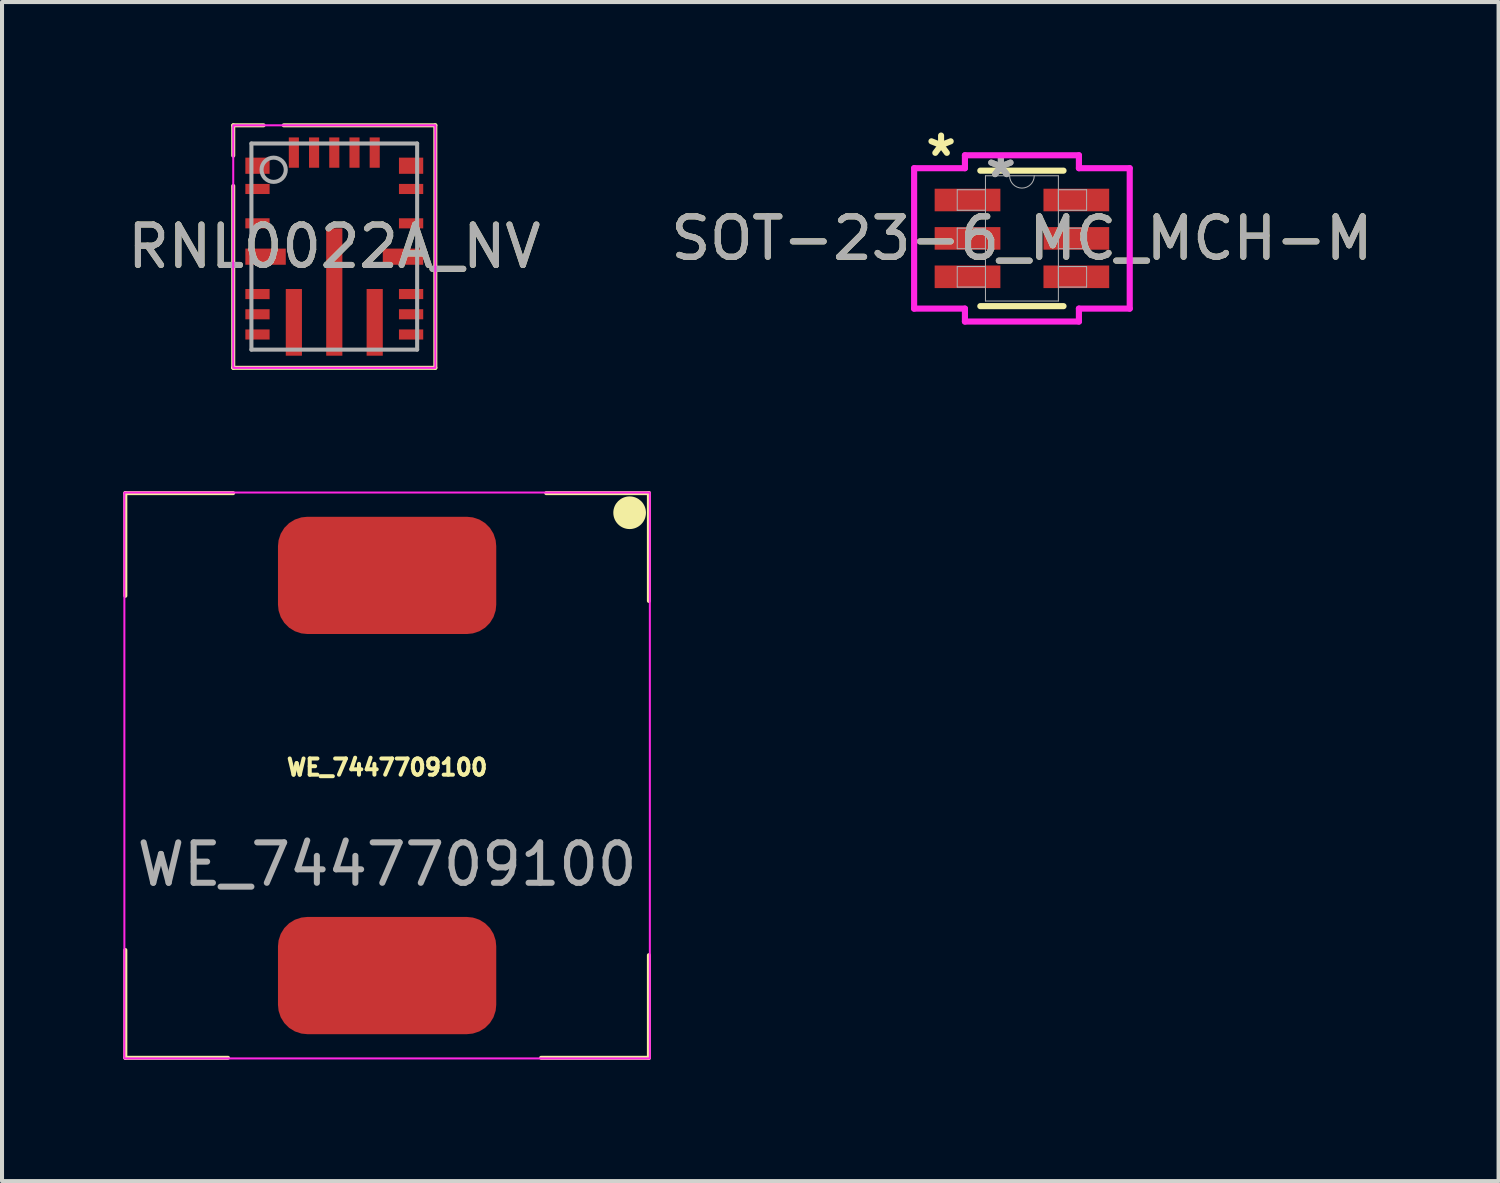
<source format=kicad_pcb>
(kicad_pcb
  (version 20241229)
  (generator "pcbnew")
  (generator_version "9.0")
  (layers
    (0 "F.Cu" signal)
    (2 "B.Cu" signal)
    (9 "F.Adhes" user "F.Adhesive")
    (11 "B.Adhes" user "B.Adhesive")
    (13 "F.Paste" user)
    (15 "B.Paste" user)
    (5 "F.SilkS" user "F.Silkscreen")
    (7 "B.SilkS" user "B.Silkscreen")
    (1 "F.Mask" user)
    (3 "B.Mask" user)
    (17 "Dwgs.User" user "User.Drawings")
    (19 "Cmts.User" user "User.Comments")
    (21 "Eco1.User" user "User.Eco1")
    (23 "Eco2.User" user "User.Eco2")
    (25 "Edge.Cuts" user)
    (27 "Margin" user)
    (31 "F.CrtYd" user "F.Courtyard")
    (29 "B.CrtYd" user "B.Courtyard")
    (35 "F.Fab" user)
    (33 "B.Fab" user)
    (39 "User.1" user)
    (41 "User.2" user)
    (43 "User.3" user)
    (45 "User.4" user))
  (footprint "WE_7447709100"
    (layer "F.Cu")
    (at 6.527 16.135)
    (property "Reference" "WE_7447709100" (at 0 -0.2 0) (unlocked yes) (layer "F.SilkS") (effects (font (size 0.4 0.4) (thickness 0.1))))
    (attr smd)
    (fp_line (start -6.477 -6.985) (end -6.477 -4.445) (stroke (width 0.1) (type default)) (layer "F.SilkS"))
    (fp_line (start -6.477 4.318) (end -6.477 6.985) (stroke (width 0.1) (type default)) (layer "F.SilkS"))
    (fp_line (start -6.477 6.985) (end -3.937 6.985) (stroke (width 0.1) (type default)) (layer "F.SilkS"))
    (fp_line (start -3.81 -6.985) (end -6.477 -6.985) (stroke (width 0.1) (type default)) (layer "F.SilkS"))
    (fp_line (start 3.81 6.985) (end 6.477 6.985) (stroke (width 0.1) (type default)) (layer "F.SilkS"))
    (fp_line (start 6.477 -6.985) (end 3.937 -6.985) (stroke (width 0.1) (type default)) (layer "F.SilkS"))
    (fp_line (start 6.477 -4.318) (end 6.477 -6.985) (stroke (width 0.1) (type default)) (layer "F.SilkS"))
    (fp_line (start 6.477 6.985) (end 6.477 4.445) (stroke (width 0.1) (type default)) (layer "F.SilkS"))
    (fp_circle (center 6 -6.5) (end 6.354 -6.5) (stroke (width 0.1) (type solid)) (fill yes) (layer "F.SilkS"))
    (fp_rect (start -6.5 -7) (end 6.5 7) (stroke (width 0.05) (type default)) (fill no) (layer "F.CrtYd"))
    (fp_text user "${REFERENCE}" (at 0 2.2 0) (unlocked yes) (layer "F.Fab") (effects (font (size 1 1) (thickness 0.15))))
    (pad "1" smd roundrect (at 0 -4.95) (size 5.4 2.9) (layers "F.Cu" "F.Mask" "F.Paste") (roundrect_rratio 0.25))
    (pad "2" smd roundrect (at 0 4.95) (size 5.4 2.9) (layers "F.Cu" "F.Mask" "F.Paste") (roundrect_rratio 0.25)))
  (footprint "SOT-23-6_MC_MCH-M"
    (layer "F.Cu")
    (at 22.232 2.848)
    (property "Reference" "SOT-23-6_MC_MCH-M" (at 0 0 0) (unlocked yes) (layer "F.SilkS") (effects (font (size 1 1) (thickness 0.15))))
    (attr smd)
    (fp_line (start -1.029 1.676) (end 1.029 1.676) (stroke (width 0.152) (type solid)) (layer "F.SilkS"))
    (fp_line (start 1.029 -1.676) (end -1.029 -1.676) (stroke (width 0.152) (type solid)) (layer "F.SilkS"))
    (fp_line (start -2.667 -1.737) (end -1.41 -1.737) (stroke (width 0.152) (type solid)) (layer "F.CrtYd"))
    (fp_line (start -2.667 1.737) (end -2.667 -1.737) (stroke (width 0.152) (type solid)) (layer "F.CrtYd"))
    (fp_line (start -2.667 1.737) (end -1.41 1.737) (stroke (width 0.152) (type solid)) (layer "F.CrtYd"))
    (fp_line (start -1.41 -2.057) (end 1.41 -2.057) (stroke (width 0.152) (type solid)) (layer "F.CrtYd"))
    (fp_line (start -1.41 -1.737) (end -1.41 -2.057) (stroke (width 0.152) (type solid)) (layer "F.CrtYd"))
    (fp_line (start -1.41 2.057) (end -1.41 1.737) (stroke (width 0.152) (type solid)) (layer "F.CrtYd"))
    (fp_line (start 1.41 -2.057) (end 1.41 -1.737) (stroke (width 0.152) (type solid)) (layer "F.CrtYd"))
    (fp_line (start 1.41 1.737) (end 1.41 2.057) (stroke (width 0.152) (type solid)) (layer "F.CrtYd"))
    (fp_line (start 1.41 2.057) (end -1.41 2.057) (stroke (width 0.152) (type solid)) (layer "F.CrtYd"))
    (fp_line (start 2.667 -1.737) (end 1.41 -1.737) (stroke (width 0.152) (type solid)) (layer "F.CrtYd"))
    (fp_line (start 2.667 -1.737) (end 2.667 1.737) (stroke (width 0.152) (type solid)) (layer "F.CrtYd"))
    (fp_line (start 2.667 1.737) (end 1.41 1.737) (stroke (width 0.152) (type solid)) (layer "F.CrtYd"))
    (fp_line (start -1.6 -1.204) (end -1.6 -0.696) (stroke (width 0.025) (type solid)) (layer "F.Fab"))
    (fp_line (start -1.6 -0.696) (end -0.902 -0.696) (stroke (width 0.025) (type solid)) (layer "F.Fab"))
    (fp_line (start -1.6 -0.254) (end -1.6 0.254) (stroke (width 0.025) (type solid)) (layer "F.Fab"))
    (fp_line (start -1.6 0.254) (end -0.902 0.254) (stroke (width 0.025) (type solid)) (layer "F.Fab"))
    (fp_line (start -1.6 0.696) (end -1.6 1.204) (stroke (width 0.025) (type solid)) (layer "F.Fab"))
    (fp_line (start -1.6 1.204) (end -0.902 1.204) (stroke (width 0.025) (type solid)) (layer "F.Fab"))
    (fp_line (start -0.902 -1.549) (end -0.902 1.549) (stroke (width 0.025) (type solid)) (layer "F.Fab"))
    (fp_line (start -0.902 -1.204) (end -1.6 -1.204) (stroke (width 0.025) (type solid)) (layer "F.Fab"))
    (fp_line (start -0.902 -0.696) (end -0.902 -1.204) (stroke (width 0.025) (type solid)) (layer "F.Fab"))
    (fp_line (start -0.902 -0.254) (end -1.6 -0.254) (stroke (width 0.025) (type solid)) (layer "F.Fab"))
    (fp_line (start -0.902 0.254) (end -0.902 -0.254) (stroke (width 0.025) (type solid)) (layer "F.Fab"))
    (fp_line (start -0.902 0.696) (end -1.6 0.696) (stroke (width 0.025) (type solid)) (layer "F.Fab"))
    (fp_line (start -0.902 1.204) (end -0.902 0.696) (stroke (width 0.025) (type solid)) (layer "F.Fab"))
    (fp_line (start -0.902 1.549) (end 0.902 1.549) (stroke (width 0.025) (type solid)) (layer "F.Fab"))
    (fp_line (start 0.902 -1.549) (end -0.902 -1.549) (stroke (width 0.025) (type solid)) (layer "F.Fab"))
    (fp_line (start 0.902 -1.204) (end 0.902 -0.696) (stroke (width 0.025) (type solid)) (layer "F.Fab"))
    (fp_line (start 0.902 -0.696) (end 1.6 -0.696) (stroke (width 0.025) (type solid)) (layer "F.Fab"))
    (fp_line (start 0.902 -0.254) (end 0.902 0.254) (stroke (width 0.025) (type solid)) (layer "F.Fab"))
    (fp_line (start 0.902 0.254) (end 1.6 0.254) (stroke (width 0.025) (type solid)) (layer "F.Fab"))
    (fp_line (start 0.902 0.696) (end 0.902 1.204) (stroke (width 0.025) (type solid)) (layer "F.Fab"))
    (fp_line (start 0.902 1.204) (end 1.6 1.204) (stroke (width 0.025) (type solid)) (layer "F.Fab"))
    (fp_line (start 0.902 1.549) (end 0.902 -1.549) (stroke (width 0.025) (type solid)) (layer "F.Fab"))
    (fp_line (start 1.6 -1.204) (end 0.902 -1.204) (stroke (width 0.025) (type solid)) (layer "F.Fab"))
    (fp_line (start 1.6 -0.696) (end 1.6 -1.204) (stroke (width 0.025) (type solid)) (layer "F.Fab"))
    (fp_line (start 1.6 -0.254) (end 0.902 -0.254) (stroke (width 0.025) (type solid)) (layer "F.Fab"))
    (fp_line (start 1.6 0.254) (end 1.6 -0.254) (stroke (width 0.025) (type solid)) (layer "F.Fab"))
    (fp_line (start 1.6 0.696) (end 0.902 0.696) (stroke (width 0.025) (type solid)) (layer "F.Fab"))
    (fp_line (start 1.6 1.204) (end 1.6 0.696) (stroke (width 0.025) (type solid)) (layer "F.Fab"))
    (fp_arc (start 0.3048 -1.5494) (mid 0 -1.2446) (end -0.3048 -1.5494) (stroke (width 0.0254) (type solid)) (layer "F.Fab"))
    (fp_text user "*" (at -2 -2 0) (unlocked yes) (layer "F.SilkS") (effects (font (size 1 1) (thickness 0.15))))
    (fp_text user "*" (at -0.521 -1.473 0) (unlocked yes) (layer "F.Fab") (effects (font (size 1 1) (thickness 0.15))))
    (fp_text user "${REFERENCE}" (at 0 0 0) (unlocked yes) (layer "F.Fab") (effects (font (size 1 1) (thickness 0.15))))
    (fp_text user "*" (at -0.521 -1.473 0) (layer "F.Fab") (effects (font (size 1 1) (thickness 0.15))))
    (pad "1" smd rect (at -1.346 -0.95) (size 1.626 0.559) (layers "F.Cu" "F.Mask" "F.Paste"))
    (pad "2" smd rect (at -1.346 0) (size 1.626 0.559) (layers "F.Cu" "F.Mask" "F.Paste"))
    (pad "3" smd rect (at -1.346 0.95) (size 1.626 0.559) (layers "F.Cu" "F.Mask" "F.Paste"))
    (pad "4" smd rect (at 1.346 0.95) (size 1.626 0.559) (layers "F.Cu" "F.Mask" "F.Paste"))
    (pad "5" smd rect (at 1.346 0) (size 1.626 0.559) (layers "F.Cu" "F.Mask" "F.Paste"))
    (pad "6" smd rect (at 1.346 -0.95) (size 1.626 0.559) (layers "F.Cu" "F.Mask" "F.Paste")))
  (footprint "RNL0022A_NV"
    (layer "F.Cu")
    (at 5.22 3.05)
    (property "Reference" "RNL0022A_NV" (at 0 0 0) (unlocked yes) (layer "F.SilkS") (effects (font (size 1 1) (thickness 0.15))))
    (attr smd)
    (fp_line (start -2.5 -3) (end -1.75 -3) (stroke (width 0.1) (type default)) (layer "F.SilkS"))
    (fp_line (start -2.5 -2.25) (end -2.5 -3) (stroke (width 0.1) (type default)) (layer "F.SilkS"))
    (fp_line (start -2.5 3) (end -2.5 -1.5) (stroke (width 0.1) (type default)) (layer "F.SilkS"))
    (fp_line (start -1.25 -3) (end 2.5 -3) (stroke (width 0.1) (type default)) (layer "F.SilkS"))
    (fp_line (start 2.5 -3) (end 2.5 3) (stroke (width 0.1) (type default)) (layer "F.SilkS"))
    (fp_line (start 2.5 3) (end -2.5 3) (stroke (width 0.1) (type default)) (layer "F.SilkS"))
    (fp_poly (pts (xy -1.8 0.1) (xy -1.8 0.4) (xy -1.801 0.41) (xy -1.804 0.419) (xy -1.808 0.428) (xy -1.815 0.435) (xy -1.822 0.442) (xy -1.831 0.446) (xy -1.84 0.449) (xy -1.85 0.45) (xy -2.15 0.45) (xy -2.16 0.449) (xy -2.169 0.446) (xy -2.178 0.442) (xy -2.185 0.435) (xy -2.192 0.428) (xy -2.196 0.419) (xy -2.199 0.41) (xy -2.2 0.4) (xy -2.2 0.1) (xy -2.199 0.09) (xy -2.196 0.081) (xy -2.192 0.072) (xy -2.185 0.065) (xy -2.178 0.058) (xy -2.169 0.054) (xy -2.16 0.051) (xy -2.15 0.05) (xy -1.85 0.05) (xy -1.84 0.051) (xy -1.831 0.054) (xy -1.822 0.058) (xy -1.815 0.065) (xy -1.808 0.072) (xy -1.804 0.081) (xy -1.801 0.09)) (stroke (width 0) (type solid)) (fill yes) (layer "F.Paste"))
    (fp_poly (pts (xy -1.6 0.4) (xy -1.6 0.1) (xy -1.599 0.09) (xy -1.596 0.081) (xy -1.592 0.072) (xy -1.585 0.065) (xy -1.578 0.058) (xy -1.569 0.054) (xy -1.56 0.051) (xy -1.55 0.05) (xy -1.25 0.05) (xy -1.24 0.051) (xy -1.231 0.054) (xy -1.222 0.058) (xy -1.215 0.065) (xy -1.208 0.072) (xy -1.204 0.081) (xy -1.201 0.09) (xy -1.2 0.1) (xy -1.2 0.4) (xy -1.201 0.41) (xy -1.204 0.419) (xy -1.208 0.428) (xy -1.215 0.435) (xy -1.222 0.442) (xy -1.231 0.446) (xy -1.24 0.449) (xy -1.25 0.45) (xy -1.55 0.45) (xy -1.56 0.449) (xy -1.569 0.446) (xy -1.578 0.442) (xy -1.585 0.435) (xy -1.592 0.428) (xy -1.596 0.419) (xy -1.599 0.41)) (stroke (width 0) (type solid)) (fill yes) (layer "F.Paste"))
    (fp_poly (pts (xy -1.2 1.725) (xy -1.2 1.165) (xy -1.199 1.155) (xy -1.196 1.146) (xy -1.192 1.137) (xy -1.185 1.13) (xy -1.178 1.123) (xy -1.169 1.119) (xy -1.16 1.116) (xy -1.15 1.115) (xy -0.85 1.115) (xy -0.84 1.116) (xy -0.831 1.119) (xy -0.822 1.123) (xy -0.815 1.13) (xy -0.808 1.137) (xy -0.804 1.146) (xy -0.801 1.155) (xy -0.8 1.165) (xy -0.8 1.725) (xy -0.801 1.735) (xy -0.804 1.744) (xy -0.808 1.753) (xy -0.815 1.76) (xy -0.822 1.767) (xy -0.831 1.771) (xy -0.84 1.774) (xy -0.85 1.775) (xy -1.15 1.775) (xy -1.16 1.774) (xy -1.169 1.771) (xy -1.178 1.767) (xy -1.185 1.76) (xy -1.192 1.753) (xy -1.196 1.744) (xy -1.199 1.735)) (stroke (width 0) (type solid)) (fill yes) (layer "F.Paste"))
    (fp_poly (pts (xy -1.2 2.585) (xy -1.2 2.025) (xy -1.199 2.015) (xy -1.196 2.006) (xy -1.192 1.997) (xy -1.185 1.99) (xy -1.178 1.983) (xy -1.169 1.979) (xy -1.16 1.976) (xy -1.15 1.975) (xy -0.85 1.975) (xy -0.84 1.976) (xy -0.831 1.979) (xy -0.822 1.983) (xy -0.815 1.99) (xy -0.808 1.997) (xy -0.804 2.006) (xy -0.801 2.015) (xy -0.8 2.025) (xy -0.8 2.585) (xy -0.801 2.595) (xy -0.804 2.604) (xy -0.808 2.613) (xy -0.815 2.62) (xy -0.822 2.627) (xy -0.831 2.631) (xy -0.84 2.634) (xy -0.85 2.635) (xy -1.15 2.635) (xy -1.16 2.634) (xy -1.169 2.631) (xy -1.178 2.627) (xy -1.185 2.62) (xy -1.192 2.613) (xy -1.196 2.604) (xy -1.199 2.595)) (stroke (width 0) (type solid)) (fill yes) (layer "F.Paste"))
    (fp_poly (pts (xy -0.2 0.145) (xy -0.2 -0.385) (xy -0.199 -0.395) (xy -0.196 -0.404) (xy -0.192 -0.413) (xy -0.185 -0.42) (xy -0.178 -0.427) (xy -0.169 -0.431) (xy -0.16 -0.434) (xy -0.15 -0.435) (xy 0.15 -0.435) (xy 0.16 -0.434) (xy 0.169 -0.431) (xy 0.178 -0.427) (xy 0.185 -0.42) (xy 0.192 -0.413) (xy 0.196 -0.404) (xy 0.199 -0.395) (xy 0.2 -0.385) (xy 0.2 0.145) (xy 0.199 0.155) (xy 0.196 0.164) (xy 0.192 0.173) (xy 0.185 0.18) (xy 0.178 0.187) (xy 0.169 0.191) (xy 0.16 0.194) (xy 0.15 0.195) (xy -0.15 0.195) (xy -0.16 0.194) (xy -0.169 0.191) (xy -0.178 0.187) (xy -0.185 0.18) (xy -0.192 0.173) (xy -0.196 0.164) (xy -0.199 0.155)) (stroke (width 0) (type solid)) (fill yes) (layer "F.Paste"))
    (fp_poly (pts (xy -0.2 0.975) (xy -0.2 0.445) (xy -0.199 0.435) (xy -0.196 0.426) (xy -0.192 0.417) (xy -0.185 0.41) (xy -0.178 0.403) (xy -0.169 0.399) (xy -0.16 0.396) (xy -0.15 0.395) (xy 0.15 0.395) (xy 0.16 0.396) (xy 0.169 0.399) (xy 0.178 0.403) (xy 0.185 0.41) (xy 0.192 0.417) (xy 0.196 0.426) (xy 0.199 0.435) (xy 0.2 0.445) (xy 0.2 0.975) (xy 0.199 0.985) (xy 0.196 0.994) (xy 0.192 1.003) (xy 0.185 1.01) (xy 0.178 1.017) (xy 0.169 1.021) (xy 0.16 1.024) (xy 0.15 1.025) (xy -0.15 1.025) (xy -0.16 1.024) (xy -0.169 1.021) (xy -0.178 1.017) (xy -0.185 1.01) (xy -0.192 1.003) (xy -0.196 0.994) (xy -0.199 0.985)) (stroke (width 0) (type solid)) (fill yes) (layer "F.Paste"))
    (fp_poly (pts (xy -0.2 1.805) (xy -0.2 1.275) (xy -0.199 1.265) (xy -0.196 1.256) (xy -0.192 1.247) (xy -0.185 1.24) (xy -0.178 1.233) (xy -0.169 1.229) (xy -0.16 1.226) (xy -0.15 1.225) (xy 0.15 1.225) (xy 0.16 1.226) (xy 0.169 1.229) (xy 0.178 1.233) (xy 0.185 1.24) (xy 0.192 1.247) (xy 0.196 1.256) (xy 0.199 1.265) (xy 0.2 1.275) (xy 0.2 1.805) (xy 0.199 1.815) (xy 0.196 1.824) (xy 0.192 1.833) (xy 0.185 1.84) (xy 0.178 1.847) (xy 0.169 1.851) (xy 0.16 1.854) (xy 0.15 1.855) (xy -0.15 1.855) (xy -0.16 1.854) (xy -0.169 1.851) (xy -0.178 1.847) (xy -0.185 1.84) (xy -0.192 1.833) (xy -0.196 1.824) (xy -0.199 1.815)) (stroke (width 0) (type solid)) (fill yes) (layer "F.Paste"))
    (fp_poly (pts (xy -0.2 2.635) (xy -0.2 2.105) (xy -0.199 2.095) (xy -0.196 2.086) (xy -0.192 2.077) (xy -0.185 2.07) (xy -0.178 2.063) (xy -0.169 2.059) (xy -0.16 2.056) (xy -0.15 2.055) (xy 0.15 2.055) (xy 0.16 2.056) (xy 0.169 2.059) (xy 0.178 2.063) (xy 0.185 2.07) (xy 0.192 2.077) (xy 0.196 2.086) (xy 0.199 2.095) (xy 0.2 2.105) (xy 0.2 2.635) (xy 0.199 2.645) (xy 0.196 2.654) (xy 0.192 2.663) (xy 0.185 2.67) (xy 0.178 2.677) (xy 0.169 2.681) (xy 0.16 2.684) (xy 0.15 2.685) (xy -0.15 2.685) (xy -0.16 2.684) (xy -0.169 2.681) (xy -0.178 2.677) (xy -0.185 2.67) (xy -0.192 2.663) (xy -0.196 2.654) (xy -0.199 2.645)) (stroke (width 0) (type solid)) (fill yes) (layer "F.Paste"))
    (fp_poly (pts (xy 1.2 1.165) (xy 1.2 1.725) (xy 1.199 1.735) (xy 1.196 1.744) (xy 1.192 1.753) (xy 1.185 1.76) (xy 1.178 1.767) (xy 1.169 1.771) (xy 1.16 1.774) (xy 1.15 1.775) (xy 0.85 1.775) (xy 0.84 1.774) (xy 0.831 1.771) (xy 0.822 1.767) (xy 0.815 1.76) (xy 0.808 1.753) (xy 0.804 1.744) (xy 0.801 1.735) (xy 0.8 1.725) (xy 0.8 1.165) (xy 0.801 1.155) (xy 0.804 1.146) (xy 0.808 1.137) (xy 0.815 1.13) (xy 0.822 1.123) (xy 0.831 1.119) (xy 0.84 1.116) (xy 0.85 1.115) (xy 1.15 1.115) (xy 1.16 1.116) (xy 1.169 1.119) (xy 1.178 1.123) (xy 1.185 1.13) (xy 1.192 1.137) (xy 1.196 1.146) (xy 1.199 1.155)) (stroke (width 0) (type solid)) (fill yes) (layer "F.Paste"))
    (fp_poly (pts (xy 1.2 2.025) (xy 1.2 2.585) (xy 1.199 2.595) (xy 1.196 2.604) (xy 1.192 2.613) (xy 1.185 2.62) (xy 1.178 2.627) (xy 1.169 2.631) (xy 1.16 2.634) (xy 1.15 2.635) (xy 0.85 2.635) (xy 0.84 2.634) (xy 0.831 2.631) (xy 0.822 2.627) (xy 0.815 2.62) (xy 0.808 2.613) (xy 0.804 2.604) (xy 0.801 2.595) (xy 0.8 2.585) (xy 0.8 2.025) (xy 0.801 2.015) (xy 0.804 2.006) (xy 0.808 1.997) (xy 0.815 1.99) (xy 0.822 1.983) (xy 0.831 1.979) (xy 0.84 1.976) (xy 0.85 1.975) (xy 1.15 1.975) (xy 1.16 1.976) (xy 1.169 1.979) (xy 1.178 1.983) (xy 1.185 1.99) (xy 1.192 1.997) (xy 1.196 2.006) (xy 1.199 2.015)) (stroke (width 0) (type solid)) (fill yes) (layer "F.Paste"))
    (fp_poly (pts (xy 1.6 0.1) (xy 1.6 0.4) (xy 1.599 0.41) (xy 1.596 0.419) (xy 1.592 0.428) (xy 1.585 0.435) (xy 1.578 0.442) (xy 1.569 0.446) (xy 1.56 0.449) (xy 1.55 0.45) (xy 1.25 0.45) (xy 1.24 0.449) (xy 1.231 0.446) (xy 1.222 0.442) (xy 1.215 0.435) (xy 1.208 0.428) (xy 1.204 0.419) (xy 1.201 0.41) (xy 1.2 0.4) (xy 1.2 0.1) (xy 1.201 0.09) (xy 1.204 0.081) (xy 1.208 0.072) (xy 1.215 0.065) (xy 1.222 0.058) (xy 1.231 0.054) (xy 1.24 0.051) (xy 1.25 0.05) (xy 1.55 0.05) (xy 1.56 0.051) (xy 1.569 0.054) (xy 1.578 0.058) (xy 1.585 0.065) (xy 1.592 0.072) (xy 1.596 0.081) (xy 1.599 0.09)) (stroke (width 0) (type solid)) (fill yes) (layer "F.Paste"))
    (fp_poly (pts (xy 1.8 0.4) (xy 1.8 0.1) (xy 1.801 0.09) (xy 1.804 0.081) (xy 1.808 0.072) (xy 1.815 0.065) (xy 1.822 0.058) (xy 1.831 0.054) (xy 1.84 0.051) (xy 1.85 0.05) (xy 2.15 0.05) (xy 2.16 0.051) (xy 2.169 0.054) (xy 2.178 0.058) (xy 2.185 0.065) (xy 2.192 0.072) (xy 2.196 0.081) (xy 2.199 0.09) (xy 2.2 0.1) (xy 2.2 0.4) (xy 2.199 0.41) (xy 2.196 0.419) (xy 2.192 0.428) (xy 2.185 0.435) (xy 2.178 0.442) (xy 2.169 0.446) (xy 2.16 0.449) (xy 2.15 0.45) (xy 1.85 0.45) (xy 1.84 0.449) (xy 1.831 0.446) (xy 1.822 0.442) (xy 1.815 0.435) (xy 1.808 0.428) (xy 1.804 0.419) (xy 1.801 0.41)) (stroke (width 0) (type solid)) (fill yes) (layer "F.Paste"))
    (fp_rect (start -2.5 -3) (end 2.5 3) (stroke (width 0.05) (type default)) (fill no) (layer "F.CrtYd"))
    (fp_line (start -2.05 -2.55) (end 2.05 -2.55) (stroke (width 0.1) (type solid)) (layer "F.Fab"))
    (fp_line (start -2.05 2.55) (end -2.05 -2.55) (stroke (width 0.1) (type solid)) (layer "F.Fab"))
    (fp_line (start -2.05 2.55) (end 2.05 2.55) (stroke (width 0.1) (type solid)) (layer "F.Fab"))
    (fp_line (start 2.05 2.55) (end 2.05 -2.55) (stroke (width 0.1) (type solid)) (layer "F.Fab"))
    (fp_circle (center -1.5 -1.9) (end -1.2 -1.9) (stroke (width 0.1) (type solid)) (fill no) (layer "F.Fab"))
    (fp_text user "${REFERENCE}" (at 0 0 0) (unlocked yes) (layer "F.Fab") (effects (font (size 1 1) (thickness 0.15))))
    (pad "1" smd rect (at -1.9 -2 90) (size 0.4 0.6) (layers "F.Cu" "F.Mask" "F.Paste"))
    (pad "2" smd rect (at -1.9 -1.425 90) (size 0.25 0.6) (layers "F.Cu" "F.Mask" "F.Paste"))
    (pad "3" smd rect (at -1.9 -0.575 90) (size 0.25 0.6) (layers "F.Cu" "F.Mask" "F.Paste"))
    (pad "4" smd rect (at -1.7 0.25 90) (size 0.4 1) (layers "F.Cu" "F.Mask"))
    (pad "5" smd rect (at -1.9 1.175 90) (size 0.25 0.6) (layers "F.Cu" "F.Mask" "F.Paste"))
    (pad "6" smd rect (at -1.9 1.675 90) (size 0.25 0.6) (layers "F.Cu" "F.Mask" "F.Paste"))
    (pad "7" smd rect (at -1.9 2.175 90) (size 0.25 0.6) (layers "F.Cu" "F.Mask" "F.Paste"))
    (pad "8" smd rect (at -1 1.875) (size 0.4 1.65) (layers "F.Cu" "F.Mask"))
    (pad "9" smd rect (at 0 1.125) (size 0.4 3.15) (layers "F.Cu" "F.Mask"))
    (pad "10" smd rect (at 1 1.875) (size 0.4 1.65) (layers "F.Cu" "F.Mask"))
    (pad "11" smd rect (at 1.9 2.175 90) (size 0.25 0.6) (layers "F.Cu" "F.Mask" "F.Paste"))
    (pad "12" smd rect (at 1.9 1.675 90) (size 0.25 0.6) (layers "F.Cu" "F.Mask" "F.Paste"))
    (pad "13" smd rect (at 1.9 1.175 90) (size 0.25 0.6) (layers "F.Cu" "F.Mask" "F.Paste"))
    (pad "14" smd rect (at 1.7 0.25 90) (size 0.4 1) (layers "F.Cu" "F.Mask"))
    (pad "15" smd rect (at 1.9 -0.575 90) (size 0.25 0.6) (layers "F.Cu" "F.Mask" "F.Paste"))
    (pad "16" smd rect (at 1.9 -1.425 90) (size 0.25 0.6) (layers "F.Cu" "F.Mask" "F.Paste"))
    (pad "17" smd rect (at 1.9 -2 90) (size 0.4 0.6) (layers "F.Cu" "F.Mask" "F.Paste"))
    (pad "18" smd rect (at 1 -2.325) (size 0.25 0.75) (layers "F.Cu" "F.Mask" "F.Paste"))
    (pad "19" smd rect (at 0.5 -2.325) (size 0.25 0.75) (layers "F.Cu" "F.Mask" "F.Paste"))
    (pad "20" smd rect (at 0 -2.325) (size 0.25 0.75) (layers "F.Cu" "F.Mask" "F.Paste"))
    (pad "21" smd rect (at -0.5 -2.325) (size 0.25 0.75) (layers "F.Cu" "F.Mask" "F.Paste"))
    (pad "22" smd rect (at -1 -2.325) (size 0.25 0.75) (layers "F.Cu" "F.Mask" "F.Paste")))
  (gr_rect
    (start -3 -3)
    (end 34.024 26.17)
    (stroke (width 0.1) (type default))
    (fill no)
    (layer "Edge.Cuts")))
</source>
